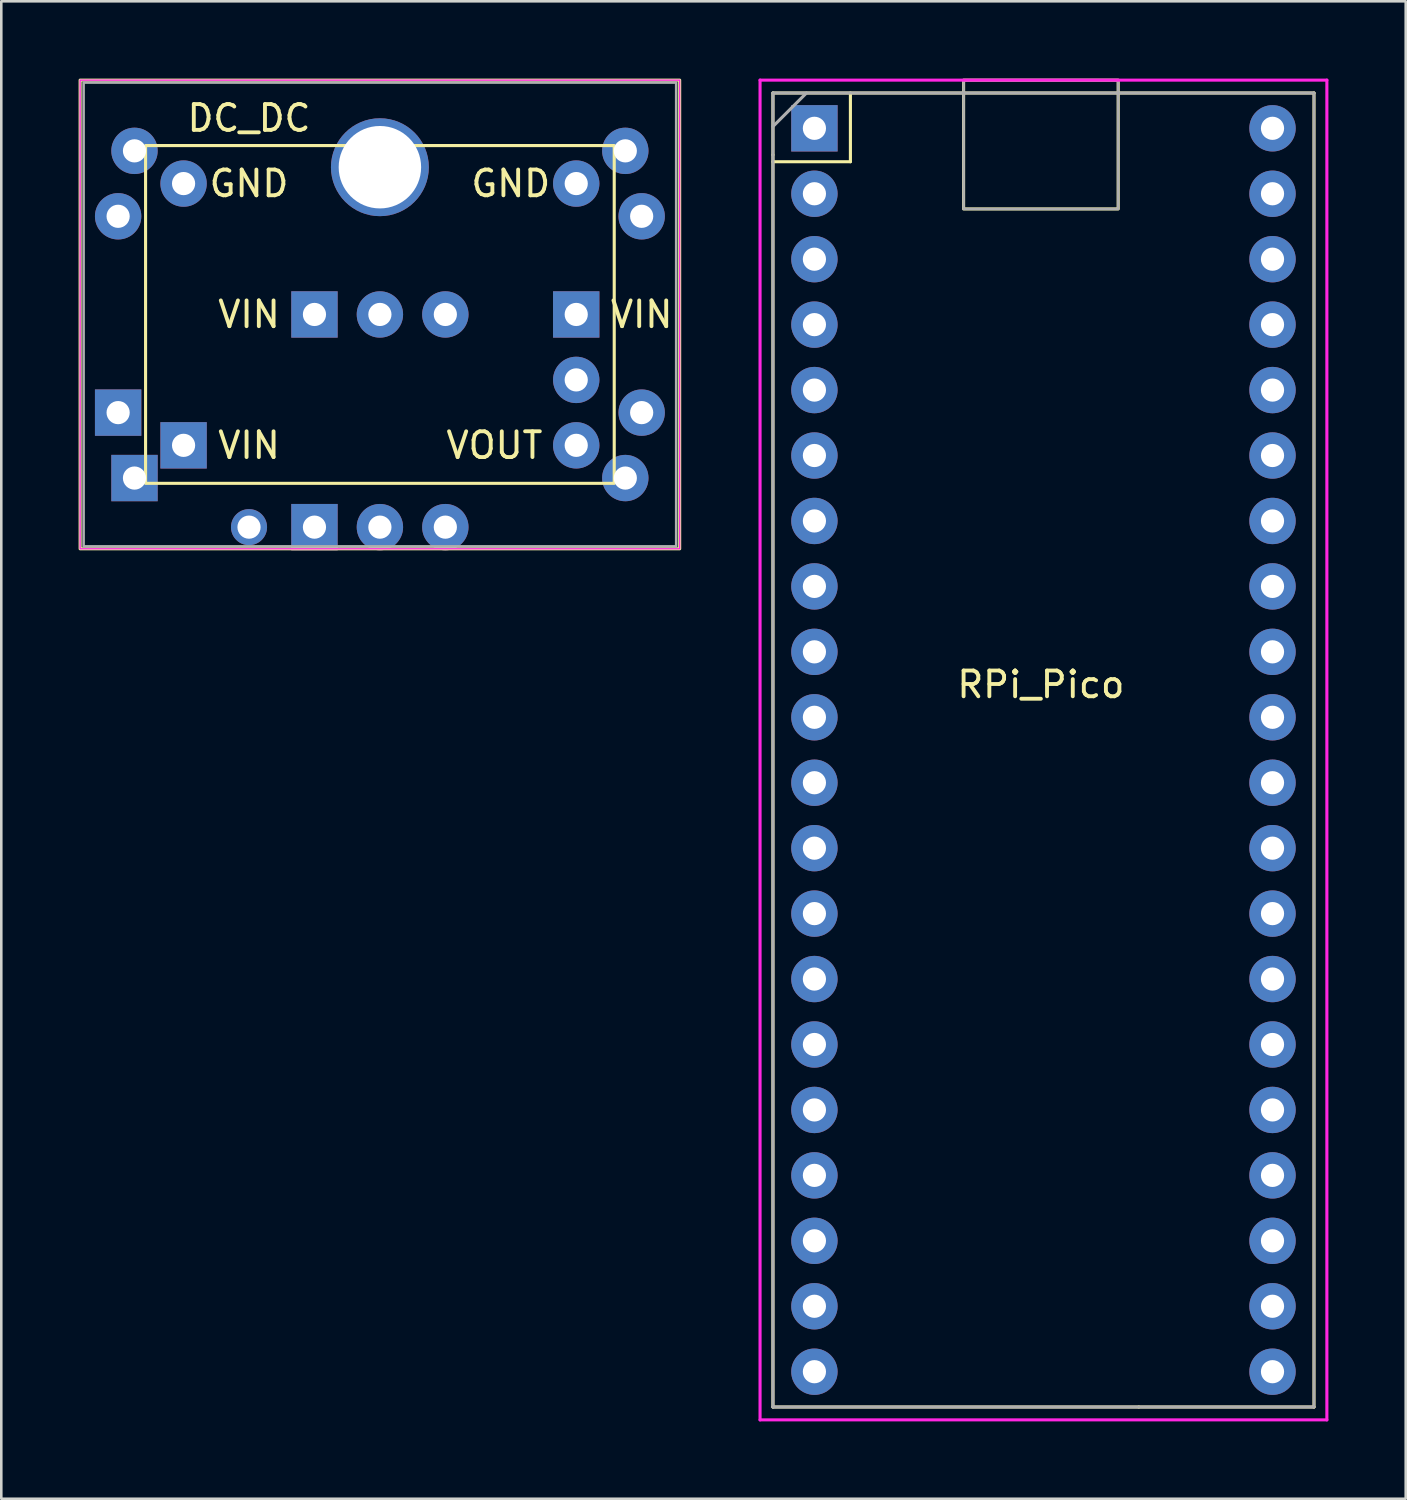
<source format=kicad_pcb>
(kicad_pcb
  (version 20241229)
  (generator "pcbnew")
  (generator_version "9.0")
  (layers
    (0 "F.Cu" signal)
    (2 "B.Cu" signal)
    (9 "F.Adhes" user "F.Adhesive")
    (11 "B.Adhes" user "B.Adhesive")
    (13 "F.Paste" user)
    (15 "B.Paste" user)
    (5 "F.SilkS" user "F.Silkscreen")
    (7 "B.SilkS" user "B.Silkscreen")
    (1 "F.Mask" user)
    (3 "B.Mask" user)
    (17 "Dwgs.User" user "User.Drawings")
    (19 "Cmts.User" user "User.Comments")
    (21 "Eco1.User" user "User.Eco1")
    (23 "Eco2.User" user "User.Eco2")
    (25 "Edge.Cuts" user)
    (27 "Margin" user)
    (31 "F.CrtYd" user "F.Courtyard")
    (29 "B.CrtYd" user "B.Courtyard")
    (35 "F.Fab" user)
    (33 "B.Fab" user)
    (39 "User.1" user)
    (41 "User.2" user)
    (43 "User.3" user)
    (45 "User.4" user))
  (footprint "RPi_Pico"
    (layer "F.Cu")
    (at 37.35 26.06)
    (property "Reference" "RPi_Pico" (at 0 -2.54 0) (unlocked yes) (layer "F.SilkS") (effects (font (size 1 1) (thickness 0.15))))
    (attr through_hole)
    (fp_line (start -10.4 -25.5) (end -10.4 -23.1) (stroke (width 0.12) (type solid)) (layer "F.SilkS"))
    (fp_line (start -10.4 -25.5) (end 10.6 -25.5) (stroke (width 0.12) (type solid)) (layer "F.SilkS"))
    (fp_line (start -10.4 -23.1) (end -10.4 25.5) (stroke (width 0.12) (type solid)) (layer "F.SilkS"))
    (fp_line (start -10.4 -22.833) (end -7.393 -22.833) (stroke (width 0.12) (type solid)) (layer "F.SilkS"))
    (fp_line (start -7.393 -22.833) (end -7.393 -25.5) (stroke (width 0.12) (type solid)) (layer "F.SilkS"))
    (fp_line (start 3.8 25.5) (end -10.4 25.5) (stroke (width 0.12) (type solid)) (layer "F.SilkS"))
    (fp_line (start 10.6 25.5) (end 3.8 25.5) (stroke (width 0.12) (type solid)) (layer "F.SilkS"))
    (fp_line (start 10.6 25.5) (end 10.6 -25.5) (stroke (width 0.12) (type solid)) (layer "F.SilkS"))
    (fp_rect (start -3 -26) (end 3 -21) (stroke (width 0.12) (type solid)) (fill no) (layer "F.SilkS"))
    (fp_line (start -10.9 -26) (end 11.1 -26) (stroke (width 0.12) (type solid)) (layer "F.CrtYd"))
    (fp_line (start -10.9 26) (end -10.9 -26) (stroke (width 0.12) (type solid)) (layer "F.CrtYd"))
    (fp_line (start 11.1 -26) (end 11.1 26) (stroke (width 0.12) (type solid)) (layer "F.CrtYd"))
    (fp_line (start 11.1 26) (end -10.9 26) (stroke (width 0.12) (type solid)) (layer "F.CrtYd"))
    (fp_line (start -10.4 -25.5) (end 10.6 -25.5) (stroke (width 0.12) (type solid)) (layer "F.Fab"))
    (fp_line (start -10.4 -24.2) (end -9.1 -25.5) (stroke (width 0.12) (type solid)) (layer "F.Fab"))
    (fp_line (start -10.4 25.5) (end -10.4 -25.5) (stroke (width 0.12) (type solid)) (layer "F.Fab"))
    (fp_line (start 10.6 -25.5) (end 10.6 25.5) (stroke (width 0.1) (type solid)) (layer "F.Fab"))
    (fp_line (start 10.6 25.5) (end -10.4 25.5) (stroke (width 0.12) (type solid)) (layer "F.Fab"))
    (fp_rect (start -3 -26) (end 3 -21) (stroke (width 0.1) (type solid)) (fill no) (layer "F.Fab"))
    (pad "1" thru_hole rect (at -8.79 -24.13) (size 1.8 1.8) (drill 0.9) (layers "*.Cu" "*.Mask"))
    (pad "2" thru_hole circle (at -8.79 -21.59) (size 1.8 1.8) (drill 0.9) (layers "*.Cu" "*.Mask"))
    (pad "3" thru_hole circle (at -8.79 -19.05) (size 1.8 1.8) (drill 0.9) (layers "*.Cu" "*.Mask"))
    (pad "4" thru_hole circle (at -8.79 -16.51) (size 1.8 1.8) (drill 0.9) (layers "*.Cu" "*.Mask"))
    (pad "5" thru_hole circle (at -8.79 -13.97) (size 1.8 1.8) (drill 0.9) (layers "*.Cu" "*.Mask"))
    (pad "6" thru_hole circle (at -8.79 -11.43) (size 1.8 1.8) (drill 0.9) (layers "*.Cu" "*.Mask"))
    (pad "7" thru_hole circle (at -8.79 -8.89) (size 1.8 1.8) (drill 0.9) (layers "*.Cu" "*.Mask"))
    (pad "8" thru_hole circle (at -8.79 -6.35) (size 1.8 1.8) (drill 0.9) (layers "*.Cu" "*.Mask"))
    (pad "9" thru_hole circle (at -8.79 -3.81) (size 1.8 1.8) (drill 0.9) (layers "*.Cu" "*.Mask"))
    (pad "10" thru_hole circle (at -8.79 -1.27) (size 1.8 1.8) (drill 0.9) (layers "*.Cu" "*.Mask"))
    (pad "11" thru_hole circle (at -8.79 1.27) (size 1.8 1.8) (drill 0.9) (layers "*.Cu" "*.Mask"))
    (pad "12" thru_hole circle (at -8.79 3.81) (size 1.8 1.8) (drill 0.9) (layers "*.Cu" "*.Mask"))
    (pad "13" thru_hole circle (at -8.79 6.35) (size 1.8 1.8) (drill 0.9) (layers "*.Cu" "*.Mask"))
    (pad "14" thru_hole circle (at -8.79 8.89) (size 1.8 1.8) (drill 0.9) (layers "*.Cu" "*.Mask"))
    (pad "15" thru_hole circle (at -8.79 11.43) (size 1.8 1.8) (drill 0.9) (layers "*.Cu" "*.Mask"))
    (pad "16" thru_hole circle (at -8.79 13.97) (size 1.8 1.8) (drill 0.9) (layers "*.Cu" "*.Mask"))
    (pad "17" thru_hole circle (at -8.79 16.51) (size 1.8 1.8) (drill 0.9) (layers "*.Cu" "*.Mask"))
    (pad "18" thru_hole circle (at -8.79 19.05) (size 1.8 1.8) (drill 0.9) (layers "*.Cu" "*.Mask"))
    (pad "19" thru_hole circle (at -8.79 21.59) (size 1.8 1.8) (drill 0.9) (layers "*.Cu" "*.Mask"))
    (pad "20" thru_hole circle (at -8.79 24.13) (size 1.8 1.8) (drill 0.9) (layers "*.Cu" "*.Mask"))
    (pad "21" thru_hole circle (at 8.99 24.13) (size 1.8 1.8) (drill 0.9) (layers "*.Cu" "*.Mask"))
    (pad "22" thru_hole circle (at 8.99 21.59) (size 1.8 1.8) (drill 0.9) (layers "*.Cu" "*.Mask"))
    (pad "23" thru_hole circle (at 8.99 19.05) (size 1.8 1.8) (drill 0.9) (layers "*.Cu" "*.Mask"))
    (pad "24" thru_hole circle (at 8.99 16.51) (size 1.8 1.8) (drill 0.9) (layers "*.Cu" "*.Mask"))
    (pad "25" thru_hole circle (at 8.99 13.97) (size 1.8 1.8) (drill 0.9) (layers "*.Cu" "*.Mask"))
    (pad "26" thru_hole circle (at 8.99 11.43) (size 1.8 1.8) (drill 0.9) (layers "*.Cu" "*.Mask"))
    (pad "27" thru_hole circle (at 8.99 8.89) (size 1.8 1.8) (drill 0.9) (layers "*.Cu" "*.Mask"))
    (pad "28" thru_hole circle (at 8.99 6.35) (size 1.8 1.8) (drill 0.9) (layers "*.Cu" "*.Mask"))
    (pad "29" thru_hole circle (at 8.99 3.81) (size 1.8 1.8) (drill 0.9) (layers "*.Cu" "*.Mask"))
    (pad "30" thru_hole circle (at 8.99 1.27) (size 1.8 1.8) (drill 0.9) (layers "*.Cu" "*.Mask"))
    (pad "31" thru_hole circle (at 8.99 -1.27) (size 1.8 1.8) (drill 0.9) (layers "*.Cu" "*.Mask"))
    (pad "32" thru_hole circle (at 8.99 -3.81) (size 1.8 1.8) (drill 0.9) (layers "*.Cu" "*.Mask"))
    (pad "33" thru_hole circle (at 8.99 -6.35) (size 1.8 1.8) (drill 0.9) (layers "*.Cu" "*.Mask"))
    (pad "34" thru_hole circle (at 8.99 -8.89) (size 1.8 1.8) (drill 0.9) (layers "*.Cu" "*.Mask"))
    (pad "35" thru_hole circle (at 8.99 -11.43) (size 1.8 1.8) (drill 0.9) (layers "*.Cu" "*.Mask"))
    (pad "36" thru_hole circle (at 8.99 -13.97) (size 1.8 1.8) (drill 0.9) (layers "*.Cu" "*.Mask"))
    (pad "37" thru_hole circle (at 8.99 -16.51) (size 1.8 1.8) (drill 0.9) (layers "*.Cu" "*.Mask"))
    (pad "38" thru_hole circle (at 8.99 -19.05) (size 1.8 1.8) (drill 0.9) (layers "*.Cu" "*.Mask"))
    (pad "39" thru_hole circle (at 8.99 -21.59) (size 1.8 1.8) (drill 0.9) (layers "*.Cu" "*.Mask"))
    (pad "40" thru_hole circle (at 8.99 -24.13) (size 1.8 1.8) (drill 0.9) (layers "*.Cu" "*.Mask")))
  (footprint "DC_DC"
    (layer "F.Cu")
    (at 11.695 9.155)
    (property "Reference" "DC_DC" (at -5.08 -7.62 0) (unlocked yes) (layer "F.SilkS") (effects (font (size 1 1) (thickness 0.15))))
    (attr through_hole)
    (fp_rect (start -11.635 9.095) (end 11.635 -9.095) (stroke (width 0.12) (type solid)) (fill no) (layer "F.SilkS"))
    (fp_rect (start -9.095 6.555) (end 9.095 -6.555) (stroke (width 0.12) (type solid)) (fill no) (layer "F.SilkS"))
    (fp_rect (start -11.635 9.095) (end 11.635 -9.095) (stroke (width 0.05) (type solid)) (fill no) (layer "F.CrtYd"))
    (fp_rect (start -11.5 -9) (end 11.5 9) (stroke (width 0.1) (type solid)) (fill no) (layer "F.Fab"))
    (fp_text user "VOUT" (at 4.445 5.08 0) (unlocked yes) (layer "F.SilkS") (effects (font (size 1 1) (thickness 0.15))))
    (fp_text user "GND" (at -5.08 -5.08 0) (unlocked yes) (layer "F.SilkS") (effects (font (size 1 1) (thickness 0.15))))
    (fp_text user "VIN" (at 10.16 0 0) (unlocked yes) (layer "F.SilkS") (effects (font (size 1 1) (thickness 0.15))))
    (fp_text user "VIN" (at -5.08 5.08 0) (unlocked yes) (layer "F.SilkS") (effects (font (size 1 1) (thickness 0.15))))
    (fp_text user "GND" (at 5.08 -5.08 0) (unlocked yes) (layer "F.SilkS") (effects (font (size 1 1) (thickness 0.15))))
    (fp_text user "VIN" (at -5.08 0 0) (unlocked yes) (layer "F.SilkS") (effects (font (size 1 1) (thickness 0.15))))
    (pad "" thru_hole circle (at -5.08 8.255) (size 1.4 1.4) (drill 0.9) (layers "*.Cu" "*.Mask"))
    (pad "1" thru_hole rect (at -10.16 3.81) (size 1.8 1.8) (drill 0.9) (layers "*.Cu" "*.Mask"))
    (pad "1" thru_hole rect (at -9.525 6.35) (size 1.8 1.8) (drill 0.9) (layers "*.Cu" "*.Mask"))
    (pad "1" thru_hole rect (at -7.62 5.08) (size 1.8 1.8) (drill 0.9) (layers "*.Cu" "*.Mask"))
    (pad "1" thru_hole rect (at -2.54 0) (size 1.8 1.8) (drill 0.9) (layers "*.Cu" "*.Mask"))
    (pad "1" thru_hole rect (at -2.54 8.255) (size 1.8 1.8) (drill 0.9) (layers "*.Cu" "*.Mask"))
    (pad "1" thru_hole rect (at 7.62 0) (size 1.8 1.8) (drill 0.9) (layers "*.Cu" "*.Mask"))
    (pad "2" thru_hole circle (at -10.16 -3.81) (size 1.8 1.8) (drill 0.9) (layers "*.Cu" "*.Mask"))
    (pad "2" thru_hole circle (at -9.525 -6.35) (size 1.8 1.8) (drill 0.9) (layers "*.Cu" "*.Mask"))
    (pad "2" thru_hole circle (at -7.62 -5.08) (size 1.8 1.8) (drill 0.9) (layers "*.Cu" "*.Mask"))
    (pad "2" thru_hole circle (at 0 -5.715) (size 3.8 3.8) (drill 3.2) (layers "*.Cu" "*.Mask"))
    (pad "2" thru_hole circle (at 0 0) (size 1.8 1.8) (drill 0.9) (layers "*.Cu" "*.Mask"))
    (pad "2" thru_hole circle (at 0 8.255) (size 1.8 1.8) (drill 0.9) (layers "*.Cu" "*.Mask"))
    (pad "2" thru_hole circle (at 7.62 -5.08) (size 1.8 1.8) (drill 0.9) (layers "*.Cu" "*.Mask"))
    (pad "2" thru_hole circle (at 7.62 2.54) (size 1.8 1.8) (drill 0.9) (layers "*.Cu" "*.Mask"))
    (pad "2" thru_hole circle (at 9.525 -6.35) (size 1.8 1.8) (drill 0.9) (layers "*.Cu" "*.Mask"))
    (pad "2" thru_hole circle (at 10.16 -3.81) (size 1.8 1.8) (drill 0.9) (layers "*.Cu" "*.Mask"))
    (pad "3" thru_hole circle (at 2.54 0) (size 1.8 1.8) (drill 0.9) (layers "*.Cu" "*.Mask"))
    (pad "3" thru_hole circle (at 2.54 8.255) (size 1.8 1.8) (drill 0.9) (layers "*.Cu" "*.Mask"))
    (pad "3" thru_hole circle (at 7.62 5.08) (size 1.8 1.8) (drill 0.9) (layers "*.Cu" "*.Mask"))
    (pad "3" thru_hole circle (at 9.525 6.35) (size 1.8 1.8) (drill 0.9) (layers "*.Cu" "*.Mask"))
    (pad "3" thru_hole circle (at 10.16 3.81) (size 1.8 1.8) (drill 0.9) (layers "*.Cu" "*.Mask")))
  (gr_rect
    (start -3 -3)
    (end 51.51 55.12)
    (stroke (width 0.1) (type default))
    (fill no)
    (layer "Edge.Cuts")))
</source>
